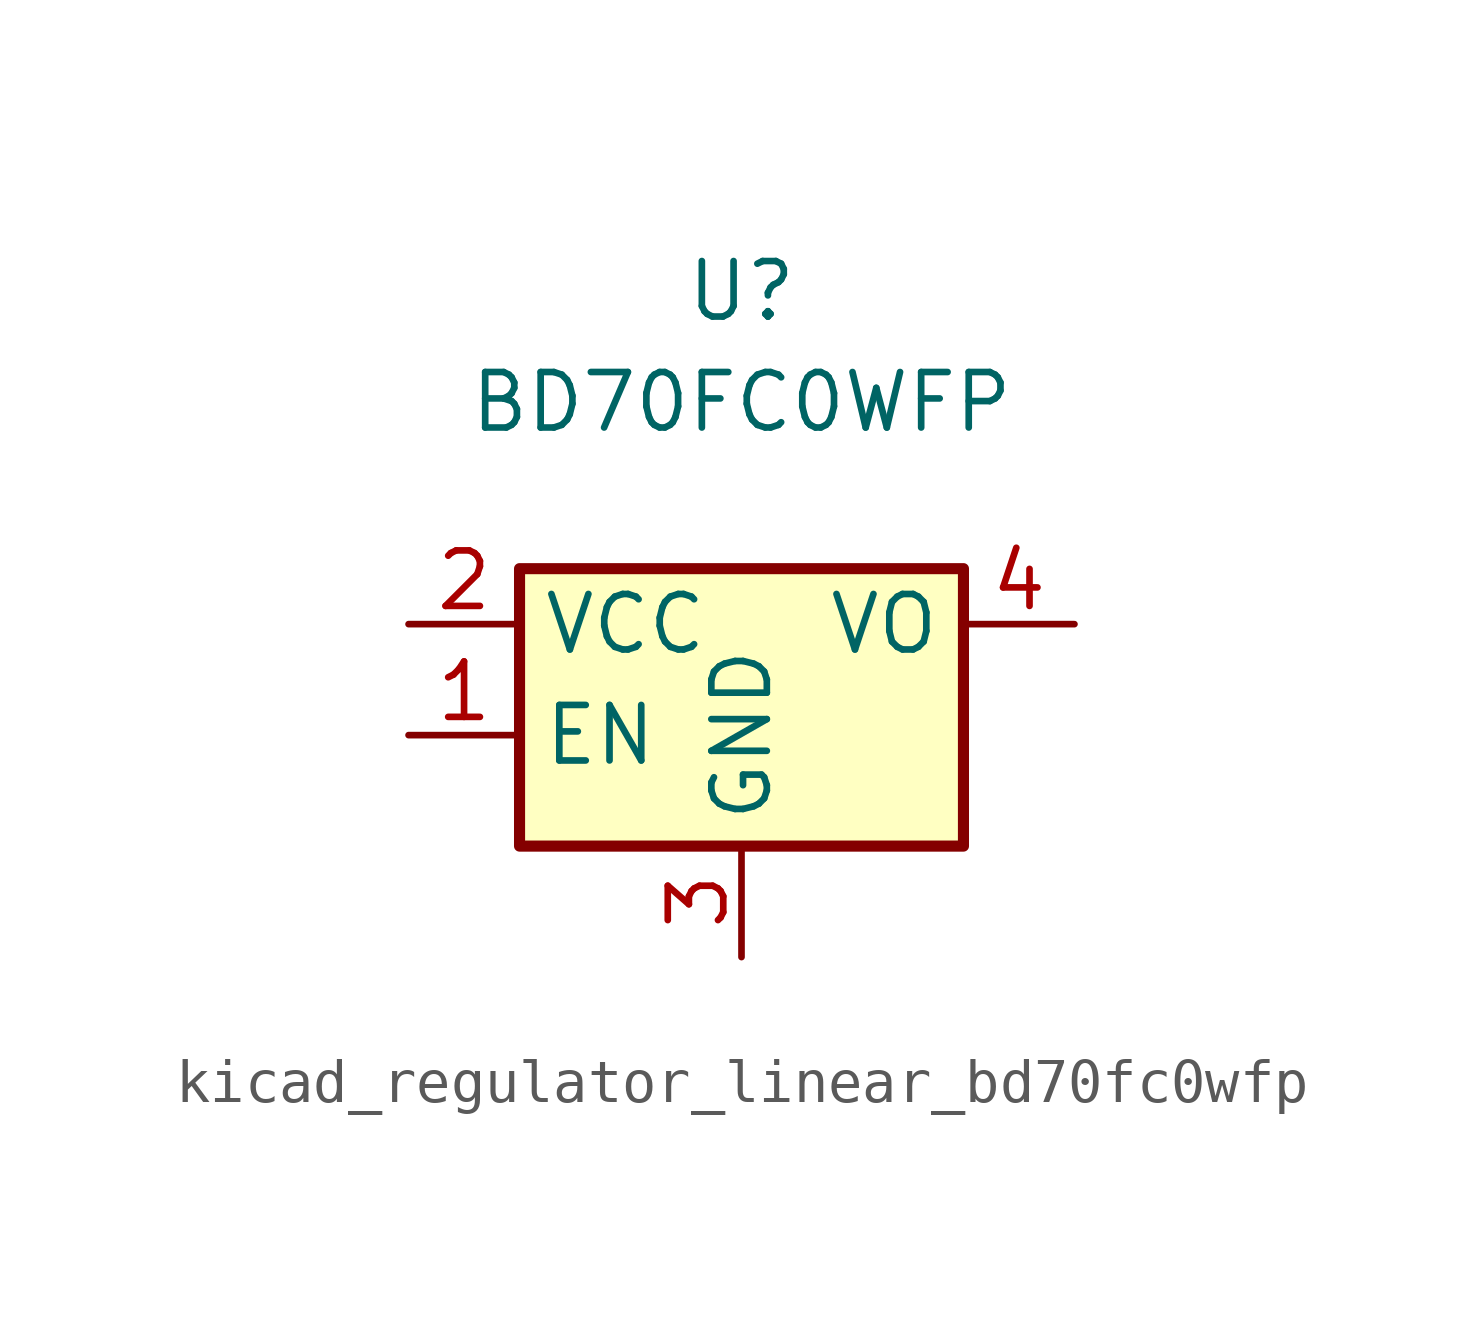
<source format=kicad_sym>
(kicad_symbol_lib
  (version 20220914)
  (generator kicad_symbol_editor)
  (symbol "kicad_regulator_linear_bd70fc0wfp"
    (property "Reference" "U"
      (at 0 7.62 0)
      (effects (font (size 1.27 1.27))))
    (property "Value" "BD70FC0WFP"
      (at 0 5.08 0)
      (effects (font (size 1.27 1.27))))
    (symbol "kicad_regulator_linear_bd70fc0wfp_1_1"
      (rectangle (start -5.08 -5.08) (end 5.08 1.27) (stroke (width 0.254) (type default)) (fill (type background)))
      (pin input line (at -7.62 -2.54 0) (length 2.54) (name "EN" (effects (font (size 1.27 1.27)))) (number "1" (effects (font (size 1.27 1.27)))))
      (pin power_in line (at -7.62 0 0) (length 2.54) (name "VCC" (effects (font (size 1.27 1.27)))) (number "2" (effects (font (size 1.27 1.27)))))
      (pin power_in line (at 0 -7.62 90) (length 2.54) (name "GND" (effects (font (size 1.27 1.27)))) (number "3" (effects (font (size 1.27 1.27)))))
      (pin power_out line (at 7.62 0 180) (length 2.54) (name "VO" (effects (font (size 1.27 1.27)))) (number "4" (effects (font (size 1.27 1.27)))))
      (pin no_connect line (at 5.08 -2.54 180) (length 2.54) hide (name "NC" (effects (font (size 1.27 1.27)))) (number "5" (effects (font (size 1.27 1.27))))))))
</source>
